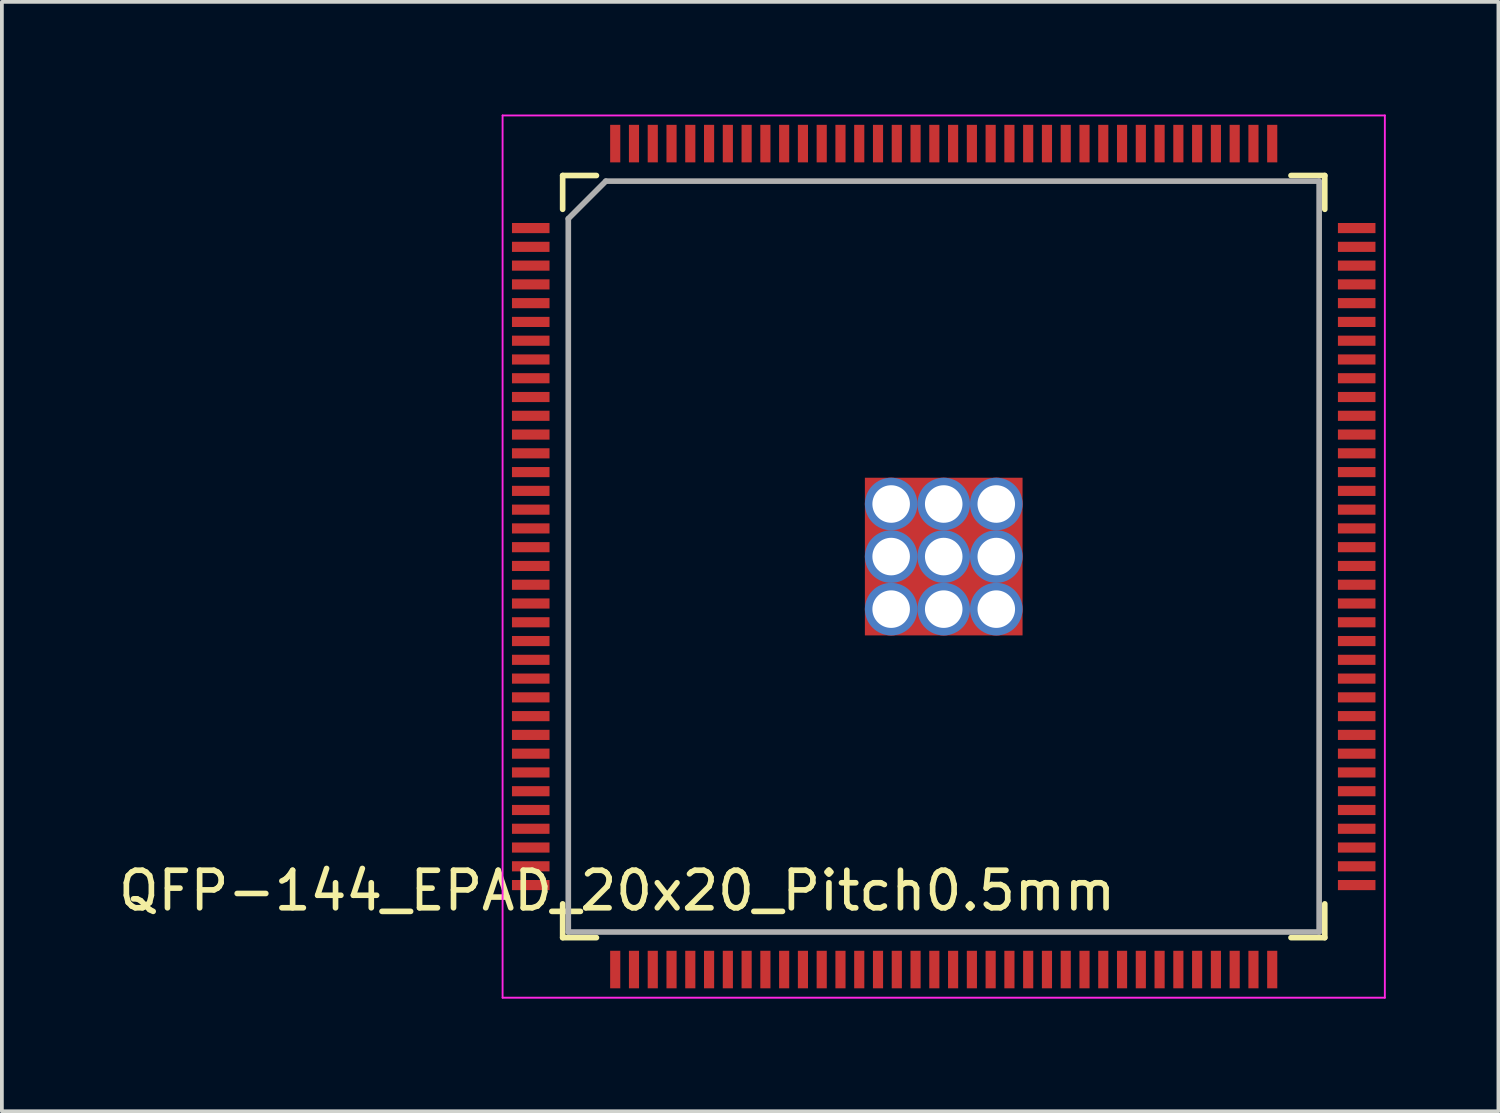
<source format=kicad_pcb>
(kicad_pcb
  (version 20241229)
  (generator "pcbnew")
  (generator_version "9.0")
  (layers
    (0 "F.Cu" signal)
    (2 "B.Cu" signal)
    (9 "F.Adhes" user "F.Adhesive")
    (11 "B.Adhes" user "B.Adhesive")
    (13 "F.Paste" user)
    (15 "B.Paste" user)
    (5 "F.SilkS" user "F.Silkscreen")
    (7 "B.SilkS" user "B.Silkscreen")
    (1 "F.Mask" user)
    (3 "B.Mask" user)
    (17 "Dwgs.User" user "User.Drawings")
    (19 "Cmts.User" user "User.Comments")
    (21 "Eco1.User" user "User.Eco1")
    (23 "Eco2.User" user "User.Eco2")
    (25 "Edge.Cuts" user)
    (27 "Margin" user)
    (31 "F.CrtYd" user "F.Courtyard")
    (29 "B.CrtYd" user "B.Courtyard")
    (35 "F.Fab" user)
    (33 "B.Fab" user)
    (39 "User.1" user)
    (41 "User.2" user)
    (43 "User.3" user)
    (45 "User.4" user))
  (footprint "QFP-144_EPAD_20x20_Pitch0.5mm"
    (layer "F.Cu")
    (at 22.087 11.775)
    (property "Reference" "QFP-144_EPAD_20x20_Pitch0.5mm" (at -8.7 8.9 0) (layer "F.SilkS") (effects (font (size 1 1) (thickness 0.15))))
    (attr smd)
    (fp_line (start -10.15 -10.15) (end -10.15 -9.25) (stroke (width 0.15) (type solid)) (layer "F.SilkS"))
    (fp_line (start -10.15 10.15) (end -10.15 9.25) (stroke (width 0.15) (type solid)) (layer "F.SilkS"))
    (fp_line (start -9.25 -10.15) (end -10.15 -10.15) (stroke (width 0.15) (type solid)) (layer "F.SilkS"))
    (fp_line (start -9.25 10.15) (end -10.15 10.15) (stroke (width 0.15) (type solid)) (layer "F.SilkS"))
    (fp_line (start 9.25 -10.15) (end 10.15 -10.15) (stroke (width 0.15) (type solid)) (layer "F.SilkS"))
    (fp_line (start 9.25 10.15) (end 10.15 10.15) (stroke (width 0.15) (type solid)) (layer "F.SilkS"))
    (fp_line (start 10.15 -10.15) (end 10.15 -9.25) (stroke (width 0.15) (type solid)) (layer "F.SilkS"))
    (fp_line (start 10.15 10.15) (end 10.15 9.25) (stroke (width 0.15) (type solid)) (layer "F.SilkS"))
    (fp_line (start -11.75 -11.75) (end 11.75 -11.75) (stroke (width 0.05) (type solid)) (layer "F.CrtYd"))
    (fp_line (start -11.75 11.75) (end -11.75 -11.75) (stroke (width 0.05) (type solid)) (layer "F.CrtYd"))
    (fp_line (start 11.75 -11.75) (end 11.75 11.75) (stroke (width 0.05) (type solid)) (layer "F.CrtYd"))
    (fp_line (start 11.75 11.75) (end -11.75 11.75) (stroke (width 0.05) (type solid)) (layer "F.CrtYd"))
    (fp_line (start -10 -9) (end -10 10) (stroke (width 0.15) (type solid)) (layer "F.Fab"))
    (fp_line (start -10 10) (end 10 10) (stroke (width 0.15) (type solid)) (layer "F.Fab"))
    (fp_line (start -9 -10) (end -10 -9) (stroke (width 0.15) (type solid)) (layer "F.Fab"))
    (fp_line (start 10 -10) (end -9 -10) (stroke (width 0.15) (type solid)) (layer "F.Fab"))
    (fp_line (start 10 10) (end 10 -10) (stroke (width 0.15) (type solid)) (layer "F.Fab"))
    (pad "1" smd rect (at -11 -8.75 90) (size 0.27 1) (layers "F.Cu" "F.Mask" "F.Paste"))
    (pad "2" smd rect (at -11 -8.25 90) (size 0.27 1) (layers "F.Cu" "F.Mask" "F.Paste"))
    (pad "3" smd rect (at -11 -7.75 90) (size 0.27 1) (layers "F.Cu" "F.Mask" "F.Paste"))
    (pad "4" smd rect (at -11 -7.25 90) (size 0.27 1) (layers "F.Cu" "F.Mask" "F.Paste"))
    (pad "5" smd rect (at -11 -6.75 90) (size 0.27 1) (layers "F.Cu" "F.Mask" "F.Paste"))
    (pad "6" smd rect (at -11 -6.25 90) (size 0.27 1) (layers "F.Cu" "F.Mask" "F.Paste"))
    (pad "7" smd rect (at -11 -5.75 90) (size 0.27 1) (layers "F.Cu" "F.Mask" "F.Paste"))
    (pad "8" smd rect (at -11 -5.25 90) (size 0.27 1) (layers "F.Cu" "F.Mask" "F.Paste"))
    (pad "9" smd rect (at -11 -4.75 90) (size 0.27 1) (layers "F.Cu" "F.Mask" "F.Paste"))
    (pad "10" smd rect (at -11 -4.25 90) (size 0.27 1) (layers "F.Cu" "F.Mask" "F.Paste"))
    (pad "11" smd rect (at -11 -3.75 90) (size 0.27 1) (layers "F.Cu" "F.Mask" "F.Paste"))
    (pad "12" smd rect (at -11 -3.25 90) (size 0.27 1) (layers "F.Cu" "F.Mask" "F.Paste"))
    (pad "13" smd rect (at -11 -2.75 90) (size 0.27 1) (layers "F.Cu" "F.Mask" "F.Paste"))
    (pad "14" smd rect (at -11 -2.25 90) (size 0.27 1) (layers "F.Cu" "F.Mask" "F.Paste"))
    (pad "15" smd rect (at -11 -1.75 90) (size 0.27 1) (layers "F.Cu" "F.Mask" "F.Paste"))
    (pad "16" smd rect (at -11 -1.25 90) (size 0.27 1) (layers "F.Cu" "F.Mask" "F.Paste"))
    (pad "17" smd rect (at -11 -0.75 90) (size 0.27 1) (layers "F.Cu" "F.Mask" "F.Paste"))
    (pad "18" smd rect (at -11 -0.25 90) (size 0.27 1) (layers "F.Cu" "F.Mask" "F.Paste"))
    (pad "19" smd rect (at -11 0.25 90) (size 0.27 1) (layers "F.Cu" "F.Mask" "F.Paste"))
    (pad "20" smd rect (at -11 0.75 90) (size 0.27 1) (layers "F.Cu" "F.Mask" "F.Paste"))
    (pad "21" smd rect (at -11 1.25 90) (size 0.27 1) (layers "F.Cu" "F.Mask" "F.Paste"))
    (pad "22" smd rect (at -11 1.75 90) (size 0.27 1) (layers "F.Cu" "F.Mask" "F.Paste"))
    (pad "23" smd rect (at -11 2.25 90) (size 0.27 1) (layers "F.Cu" "F.Mask" "F.Paste"))
    (pad "24" smd rect (at -11 2.75 90) (size 0.27 1) (layers "F.Cu" "F.Mask" "F.Paste"))
    (pad "25" smd rect (at -11 3.25 90) (size 0.27 1) (layers "F.Cu" "F.Mask" "F.Paste"))
    (pad "26" smd rect (at -11 3.75 90) (size 0.27 1) (layers "F.Cu" "F.Mask" "F.Paste"))
    (pad "27" smd rect (at -11 4.25 90) (size 0.27 1) (layers "F.Cu" "F.Mask" "F.Paste"))
    (pad "28" smd rect (at -11 4.75 90) (size 0.27 1) (layers "F.Cu" "F.Mask" "F.Paste"))
    (pad "29" smd rect (at -11 5.25 90) (size 0.27 1) (layers "F.Cu" "F.Mask" "F.Paste"))
    (pad "30" smd rect (at -11 5.75 90) (size 0.27 1) (layers "F.Cu" "F.Mask" "F.Paste"))
    (pad "31" smd rect (at -11 6.25 90) (size 0.27 1) (layers "F.Cu" "F.Mask" "F.Paste"))
    (pad "32" smd rect (at -11 6.75 90) (size 0.27 1) (layers "F.Cu" "F.Mask" "F.Paste"))
    (pad "33" smd rect (at -11 7.25 90) (size 0.27 1) (layers "F.Cu" "F.Mask" "F.Paste"))
    (pad "34" smd rect (at -11 7.75 90) (size 0.27 1) (layers "F.Cu" "F.Mask" "F.Paste"))
    (pad "35" smd rect (at -11 8.25 90) (size 0.27 1) (layers "F.Cu" "F.Mask" "F.Paste"))
    (pad "36" smd rect (at -11 8.75 90) (size 0.27 1) (layers "F.Cu" "F.Mask" "F.Paste"))
    (pad "37" smd rect (at -8.75 11) (size 0.27 1) (layers "F.Cu" "F.Mask" "F.Paste"))
    (pad "38" smd rect (at -8.25 11) (size 0.27 1) (layers "F.Cu" "F.Mask" "F.Paste"))
    (pad "39" smd rect (at -7.75 11) (size 0.27 1) (layers "F.Cu" "F.Mask" "F.Paste"))
    (pad "40" smd rect (at -7.25 11) (size 0.27 1) (layers "F.Cu" "F.Mask" "F.Paste"))
    (pad "41" smd rect (at -6.75 11) (size 0.27 1) (layers "F.Cu" "F.Mask" "F.Paste"))
    (pad "42" smd rect (at -6.25 11) (size 0.27 1) (layers "F.Cu" "F.Mask" "F.Paste"))
    (pad "43" smd rect (at -5.75 11) (size 0.27 1) (layers "F.Cu" "F.Mask" "F.Paste"))
    (pad "44" smd rect (at -5.25 11) (size 0.27 1) (layers "F.Cu" "F.Mask" "F.Paste"))
    (pad "45" smd rect (at -4.75 11) (size 0.27 1) (layers "F.Cu" "F.Mask" "F.Paste"))
    (pad "46" smd rect (at -4.25 11) (size 0.27 1) (layers "F.Cu" "F.Mask" "F.Paste"))
    (pad "47" smd rect (at -3.75 11) (size 0.27 1) (layers "F.Cu" "F.Mask" "F.Paste"))
    (pad "48" smd rect (at -3.25 11) (size 0.27 1) (layers "F.Cu" "F.Mask" "F.Paste"))
    (pad "49" smd rect (at -2.75 11) (size 0.27 1) (layers "F.Cu" "F.Mask" "F.Paste"))
    (pad "50" smd rect (at -2.25 11) (size 0.27 1) (layers "F.Cu" "F.Mask" "F.Paste"))
    (pad "51" smd rect (at -1.75 11) (size 0.27 1) (layers "F.Cu" "F.Mask" "F.Paste"))
    (pad "52" smd rect (at -1.25 11) (size 0.27 1) (layers "F.Cu" "F.Mask" "F.Paste"))
    (pad "53" smd rect (at -0.75 11) (size 0.27 1) (layers "F.Cu" "F.Mask" "F.Paste"))
    (pad "54" smd rect (at -0.25 11) (size 0.27 1) (layers "F.Cu" "F.Mask" "F.Paste"))
    (pad "55" smd rect (at 0.25 11) (size 0.27 1) (layers "F.Cu" "F.Mask" "F.Paste"))
    (pad "56" smd rect (at 0.75 11) (size 0.27 1) (layers "F.Cu" "F.Mask" "F.Paste"))
    (pad "57" smd rect (at 1.25 11) (size 0.27 1) (layers "F.Cu" "F.Mask" "F.Paste"))
    (pad "58" smd rect (at 1.75 11) (size 0.27 1) (layers "F.Cu" "F.Mask" "F.Paste"))
    (pad "59" smd rect (at 2.25 11) (size 0.27 1) (layers "F.Cu" "F.Mask" "F.Paste"))
    (pad "60" smd rect (at 2.75 11) (size 0.27 1) (layers "F.Cu" "F.Mask" "F.Paste"))
    (pad "61" smd rect (at 3.25 11) (size 0.27 1) (layers "F.Cu" "F.Mask" "F.Paste"))
    (pad "62" smd rect (at 3.75 11) (size 0.27 1) (layers "F.Cu" "F.Mask" "F.Paste"))
    (pad "63" smd rect (at 4.25 11) (size 0.27 1) (layers "F.Cu" "F.Mask" "F.Paste"))
    (pad "64" smd rect (at 4.75 11) (size 0.27 1) (layers "F.Cu" "F.Mask" "F.Paste"))
    (pad "65" smd rect (at 5.25 11) (size 0.27 1) (layers "F.Cu" "F.Mask" "F.Paste"))
    (pad "66" smd rect (at 5.75 11) (size 0.27 1) (layers "F.Cu" "F.Mask" "F.Paste"))
    (pad "67" smd rect (at 6.25 11) (size 0.27 1) (layers "F.Cu" "F.Mask" "F.Paste"))
    (pad "68" smd rect (at 6.75 11) (size 0.27 1) (layers "F.Cu" "F.Mask" "F.Paste"))
    (pad "69" smd rect (at 7.25 11) (size 0.27 1) (layers "F.Cu" "F.Mask" "F.Paste"))
    (pad "70" smd rect (at 7.75 11) (size 0.27 1) (layers "F.Cu" "F.Mask" "F.Paste"))
    (pad "71" smd rect (at 8.25 11) (size 0.27 1) (layers "F.Cu" "F.Mask" "F.Paste"))
    (pad "72" smd rect (at 8.75 11) (size 0.27 1) (layers "F.Cu" "F.Mask" "F.Paste"))
    (pad "73" smd rect (at 11 8.75 90) (size 0.27 1) (layers "F.Cu" "F.Mask" "F.Paste"))
    (pad "74" smd rect (at 11 8.25 90) (size 0.27 1) (layers "F.Cu" "F.Mask" "F.Paste"))
    (pad "75" smd rect (at 11 7.75 90) (size 0.27 1) (layers "F.Cu" "F.Mask" "F.Paste"))
    (pad "76" smd rect (at 11 7.25 90) (size 0.27 1) (layers "F.Cu" "F.Mask" "F.Paste"))
    (pad "77" smd rect (at 11 6.75 90) (size 0.27 1) (layers "F.Cu" "F.Mask" "F.Paste"))
    (pad "78" smd rect (at 11 6.25 90) (size 0.27 1) (layers "F.Cu" "F.Mask" "F.Paste"))
    (pad "79" smd rect (at 11 5.75 90) (size 0.27 1) (layers "F.Cu" "F.Mask" "F.Paste"))
    (pad "80" smd rect (at 11 5.25 90) (size 0.27 1) (layers "F.Cu" "F.Mask" "F.Paste"))
    (pad "81" smd rect (at 11 4.75 90) (size 0.27 1) (layers "F.Cu" "F.Mask" "F.Paste"))
    (pad "82" smd rect (at 11 4.25 90) (size 0.27 1) (layers "F.Cu" "F.Mask" "F.Paste"))
    (pad "83" smd rect (at 11 3.75 90) (size 0.27 1) (layers "F.Cu" "F.Mask" "F.Paste"))
    (pad "84" smd rect (at 11 3.25 90) (size 0.27 1) (layers "F.Cu" "F.Mask" "F.Paste"))
    (pad "85" smd rect (at 11 2.75 90) (size 0.27 1) (layers "F.Cu" "F.Mask" "F.Paste"))
    (pad "86" smd rect (at 11 2.25 90) (size 0.27 1) (layers "F.Cu" "F.Mask" "F.Paste"))
    (pad "87" smd rect (at 11 1.75 90) (size 0.27 1) (layers "F.Cu" "F.Mask" "F.Paste"))
    (pad "88" smd rect (at 11 1.25 90) (size 0.27 1) (layers "F.Cu" "F.Mask" "F.Paste"))
    (pad "89" smd rect (at 11 0.75 90) (size 0.27 1) (layers "F.Cu" "F.Mask" "F.Paste"))
    (pad "90" smd rect (at 11 0.25 90) (size 0.27 1) (layers "F.Cu" "F.Mask" "F.Paste"))
    (pad "91" smd rect (at 11 -0.25 90) (size 0.27 1) (layers "F.Cu" "F.Mask" "F.Paste"))
    (pad "92" smd rect (at 11 -0.75 90) (size 0.27 1) (layers "F.Cu" "F.Mask" "F.Paste"))
    (pad "93" smd rect (at 11 -1.25 90) (size 0.27 1) (layers "F.Cu" "F.Mask" "F.Paste"))
    (pad "94" smd rect (at 11 -1.75 90) (size 0.27 1) (layers "F.Cu" "F.Mask" "F.Paste"))
    (pad "95" smd rect (at 11 -2.25 90) (size 0.27 1) (layers "F.Cu" "F.Mask" "F.Paste"))
    (pad "96" smd rect (at 11 -2.75 90) (size 0.27 1) (layers "F.Cu" "F.Mask" "F.Paste"))
    (pad "97" smd rect (at 11 -3.25 90) (size 0.27 1) (layers "F.Cu" "F.Mask" "F.Paste"))
    (pad "98" smd rect (at 11 -3.75 90) (size 0.27 1) (layers "F.Cu" "F.Mask" "F.Paste"))
    (pad "99" smd rect (at 11 -4.25 90) (size 0.27 1) (layers "F.Cu" "F.Mask" "F.Paste"))
    (pad "100" smd rect (at 11 -4.75 90) (size 0.27 1) (layers "F.Cu" "F.Mask" "F.Paste"))
    (pad "101" smd rect (at 11 -5.25 90) (size 0.27 1) (layers "F.Cu" "F.Mask" "F.Paste"))
    (pad "102" smd rect (at 11 -5.75 90) (size 0.27 1) (layers "F.Cu" "F.Mask" "F.Paste"))
    (pad "103" smd rect (at 11 -6.25 90) (size 0.27 1) (layers "F.Cu" "F.Mask" "F.Paste"))
    (pad "104" smd rect (at 11 -6.75 90) (size 0.27 1) (layers "F.Cu" "F.Mask" "F.Paste"))
    (pad "105" smd rect (at 11 -7.25 90) (size 0.27 1) (layers "F.Cu" "F.Mask" "F.Paste"))
    (pad "106" smd rect (at 11 -7.75 90) (size 0.27 1) (layers "F.Cu" "F.Mask" "F.Paste"))
    (pad "107" smd rect (at 11 -8.25 90) (size 0.27 1) (layers "F.Cu" "F.Mask" "F.Paste"))
    (pad "108" smd rect (at 11 -8.75 90) (size 0.27 1) (layers "F.Cu" "F.Mask" "F.Paste"))
    (pad "109" smd rect (at 8.75 -11) (size 0.27 1) (layers "F.Cu" "F.Mask" "F.Paste"))
    (pad "110" smd rect (at 8.25 -11) (size 0.27 1) (layers "F.Cu" "F.Mask" "F.Paste"))
    (pad "111" smd rect (at 7.75 -11) (size 0.27 1) (layers "F.Cu" "F.Mask" "F.Paste"))
    (pad "112" smd rect (at 7.25 -11) (size 0.27 1) (layers "F.Cu" "F.Mask" "F.Paste"))
    (pad "113" smd rect (at 6.75 -11) (size 0.27 1) (layers "F.Cu" "F.Mask" "F.Paste"))
    (pad "114" smd rect (at 6.25 -11) (size 0.27 1) (layers "F.Cu" "F.Mask" "F.Paste"))
    (pad "115" smd rect (at 5.75 -11) (size 0.27 1) (layers "F.Cu" "F.Mask" "F.Paste"))
    (pad "116" smd rect (at 5.25 -11) (size 0.27 1) (layers "F.Cu" "F.Mask" "F.Paste"))
    (pad "117" smd rect (at 4.75 -11) (size 0.27 1) (layers "F.Cu" "F.Mask" "F.Paste"))
    (pad "118" smd rect (at 4.25 -11) (size 0.27 1) (layers "F.Cu" "F.Mask" "F.Paste"))
    (pad "119" smd rect (at 3.75 -11) (size 0.27 1) (layers "F.Cu" "F.Mask" "F.Paste"))
    (pad "120" smd rect (at 3.25 -11) (size 0.27 1) (layers "F.Cu" "F.Mask" "F.Paste"))
    (pad "121" smd rect (at 2.75 -11) (size 0.27 1) (layers "F.Cu" "F.Mask" "F.Paste"))
    (pad "122" smd rect (at 2.25 -11) (size 0.27 1) (layers "F.Cu" "F.Mask" "F.Paste"))
    (pad "123" smd rect (at 1.75 -11) (size 0.27 1) (layers "F.Cu" "F.Mask" "F.Paste"))
    (pad "124" smd rect (at 1.25 -11) (size 0.27 1) (layers "F.Cu" "F.Mask" "F.Paste"))
    (pad "125" smd rect (at 0.75 -11) (size 0.27 1) (layers "F.Cu" "F.Mask" "F.Paste"))
    (pad "126" smd rect (at 0.25 -11) (size 0.27 1) (layers "F.Cu" "F.Mask" "F.Paste"))
    (pad "127" smd rect (at -0.25 -11) (size 0.27 1) (layers "F.Cu" "F.Mask" "F.Paste"))
    (pad "128" smd rect (at -0.75 -11) (size 0.27 1) (layers "F.Cu" "F.Mask" "F.Paste"))
    (pad "129" smd rect (at -1.25 -11) (size 0.27 1) (layers "F.Cu" "F.Mask" "F.Paste"))
    (pad "130" smd rect (at -1.75 -11) (size 0.27 1) (layers "F.Cu" "F.Mask" "F.Paste"))
    (pad "131" smd rect (at -2.25 -11) (size 0.27 1) (layers "F.Cu" "F.Mask" "F.Paste"))
    (pad "132" smd rect (at -2.75 -11) (size 0.27 1) (layers "F.Cu" "F.Mask" "F.Paste"))
    (pad "133" smd rect (at -3.25 -11) (size 0.27 1) (layers "F.Cu" "F.Mask" "F.Paste"))
    (pad "134" smd rect (at -3.75 -11) (size 0.27 1) (layers "F.Cu" "F.Mask" "F.Paste"))
    (pad "135" smd rect (at -4.25 -11) (size 0.27 1) (layers "F.Cu" "F.Mask" "F.Paste"))
    (pad "136" smd rect (at -4.75 -11) (size 0.27 1) (layers "F.Cu" "F.Mask" "F.Paste"))
    (pad "137" smd rect (at -5.25 -11) (size 0.27 1) (layers "F.Cu" "F.Mask" "F.Paste"))
    (pad "138" smd rect (at -5.75 -11) (size 0.27 1) (layers "F.Cu" "F.Mask" "F.Paste"))
    (pad "139" smd rect (at -6.25 -11) (size 0.27 1) (layers "F.Cu" "F.Mask" "F.Paste"))
    (pad "140" smd rect (at -6.75 -11) (size 0.27 1) (layers "F.Cu" "F.Mask" "F.Paste"))
    (pad "141" smd rect (at -7.25 -11) (size 0.27 1) (layers "F.Cu" "F.Mask" "F.Paste"))
    (pad "142" smd rect (at -7.75 -11) (size 0.27 1) (layers "F.Cu" "F.Mask" "F.Paste"))
    (pad "143" smd rect (at -8.25 -11) (size 0.27 1) (layers "F.Cu" "F.Mask" "F.Paste"))
    (pad "144" smd rect (at -8.75 -11) (size 0.27 1) (layers "F.Cu" "F.Mask" "F.Paste"))
    (pad "EPAD" thru_hole circle (at -1.4 -1.4) (size 1.4 1.4) (drill 1) (layers "*.Cu" "*.Mask"))
    (pad "EPAD" thru_hole circle (at -1.4 0) (size 1.4 1.4) (drill 1) (layers "*.Cu" "*.Mask"))
    (pad "EPAD" thru_hole circle (at -1.4 1.4) (size 1.4 1.4) (drill 1) (layers "*.Cu" "*.Mask"))
    (pad "EPAD" thru_hole circle (at 0 -1.4) (size 1.4 1.4) (drill 1) (layers "*.Cu" "*.Mask"))
    (pad "EPAD" thru_hole circle (at 0 0) (size 1.4 1.4) (drill 1) (layers "*.Cu" "*.Mask"))
    (pad "EPAD" smd rect (at 0 0) (size 4.2 4.2) (layers "F.Cu" "F.Mask" "F.Paste"))
    (pad "EPAD" thru_hole circle (at 0 1.4) (size 1.4 1.4) (drill 1) (layers "*.Cu" "*.Mask"))
    (pad "EPAD" thru_hole circle (at 1.4 -1.4) (size 1.4 1.4) (drill 1) (layers "*.Cu" "*.Mask"))
    (pad "EPAD" thru_hole circle (at 1.4 0) (size 1.4 1.4) (drill 1) (layers "*.Cu" "*.Mask"))
    (pad "EPAD" thru_hole circle (at 1.4 1.4) (size 1.4 1.4) (drill 1) (layers "*.Cu" "*.Mask")))
  (gr_rect
    (start -3 -3)
    (end 36.862 26.55)
    (stroke (width 0.1) (type default))
    (fill no)
    (layer "Edge.Cuts")))
</source>
